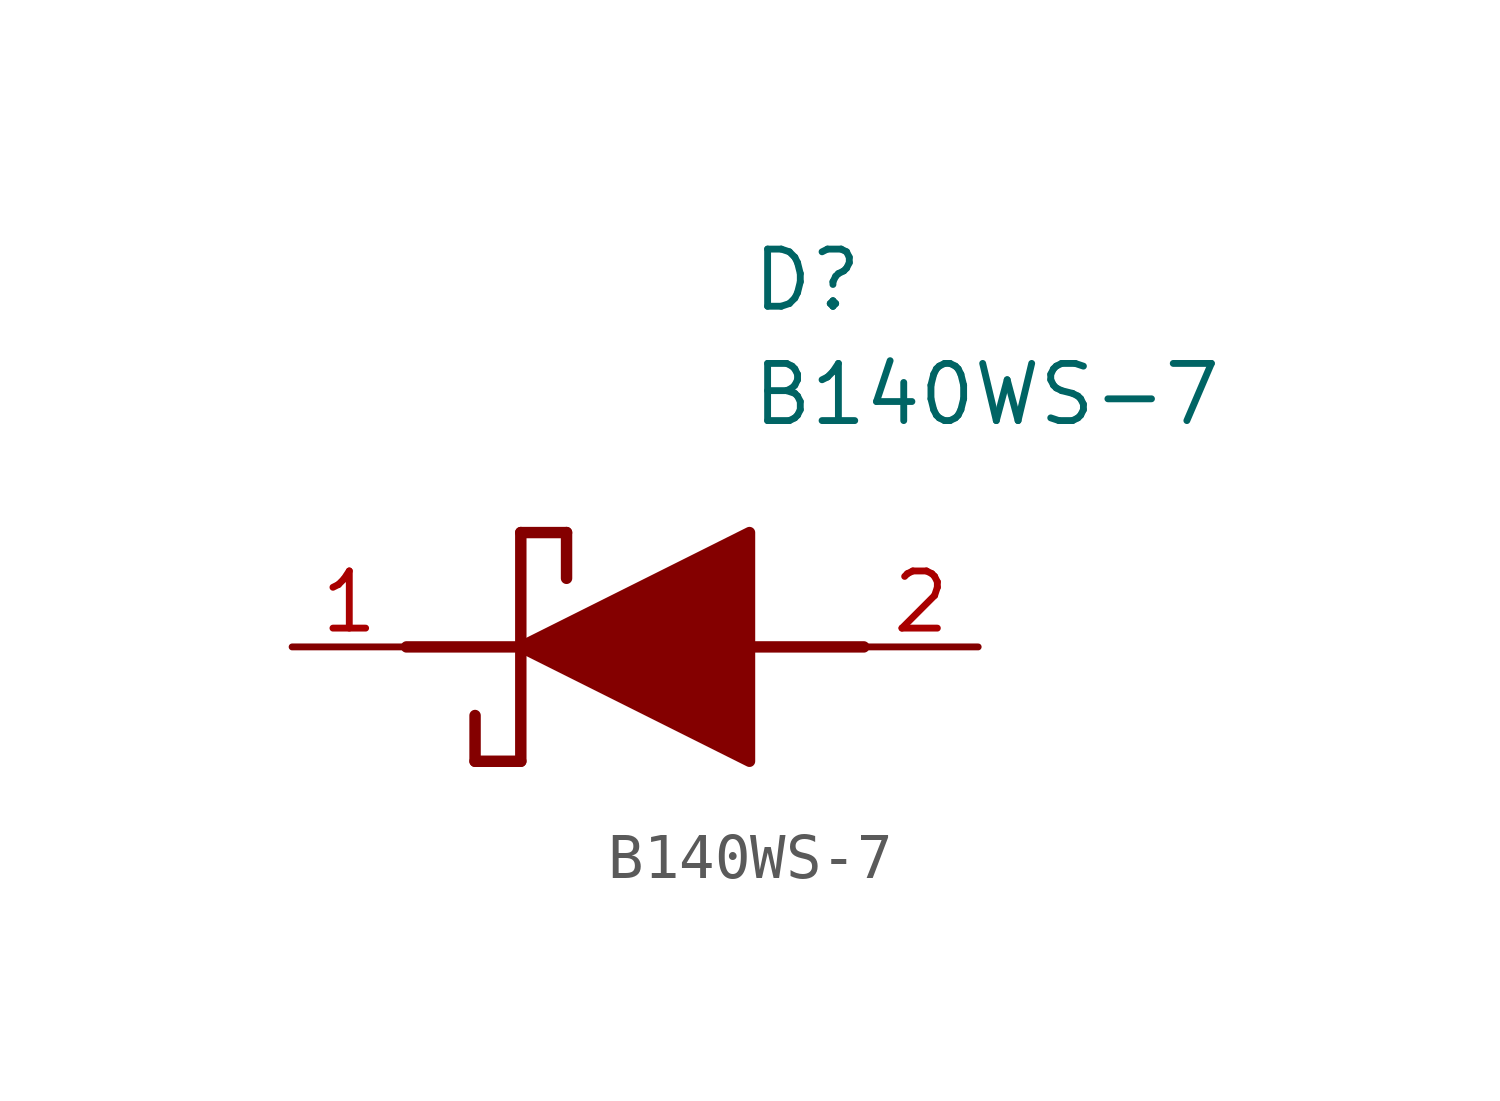
<source format=kicad_sym>
(kicad_symbol_lib
  (version 20211014)
  (generator SamacSys_ECAD_Model)
  (symbol "B140WS-7"
    (pin_names hide)
    (property "Reference" "D"
      (at 12.7 8.89 0)
      (effects (font (size 1.27 1.27)) (justify left top)))
    (property "Value" "B140WS-7"
      (at 12.7 6.35 0)
      (effects (font (size 1.27 1.27)) (justify left top)))
    (polyline
      (pts (xy 7.62 2.54) (xy 7.62 -2.54))
      (stroke (width 0.254) (type default))
      (fill (type none)))
    (polyline
      (pts (xy 7.62 2.54) (xy 8.636 2.54))
      (stroke (width 0.254) (type default))
      (fill (type none)))
    (polyline
      (pts (xy 8.636 1.524) (xy 8.636 2.54))
      (stroke (width 0.254) (type default))
      (fill (type none)))
    (polyline
      (pts (xy 7.62 -2.54) (xy 6.604 -2.54))
      (stroke (width 0.254) (type default))
      (fill (type none)))
    (polyline
      (pts (xy 6.604 -1.524) (xy 6.604 -2.54))
      (stroke (width 0.254) (type default))
      (fill (type none)))
    (polyline
      (pts (xy 5.08 0) (xy 7.62 0))
      (stroke (width 0.254) (type default))
      (fill (type none)))
    (polyline
      (pts (xy 12.7 0) (xy 15.24 0))
      (stroke (width 0.254) (type default))
      (fill (type none)))
    (polyline
      (pts (xy 7.62 0) (xy 12.7 2.54) (xy 12.7 -2.54) (xy 7.62 0))
      (stroke (width 0.254) (type default))
      (fill (type outline)))
    (pin passive line
      (at 2.54 0 0)
      (length 2.54)
      (name "K" (effects (font (size 1.27 1.27))))
      (number "1" (effects (font (size 1.27 1.27)))))
    (pin passive line
      (at 17.78 0 180)
      (length 2.54)
      (name "A" (effects (font (size 1.27 1.27))))
      (number "2" (effects (font (size 1.27 1.27)))))))
</source>
